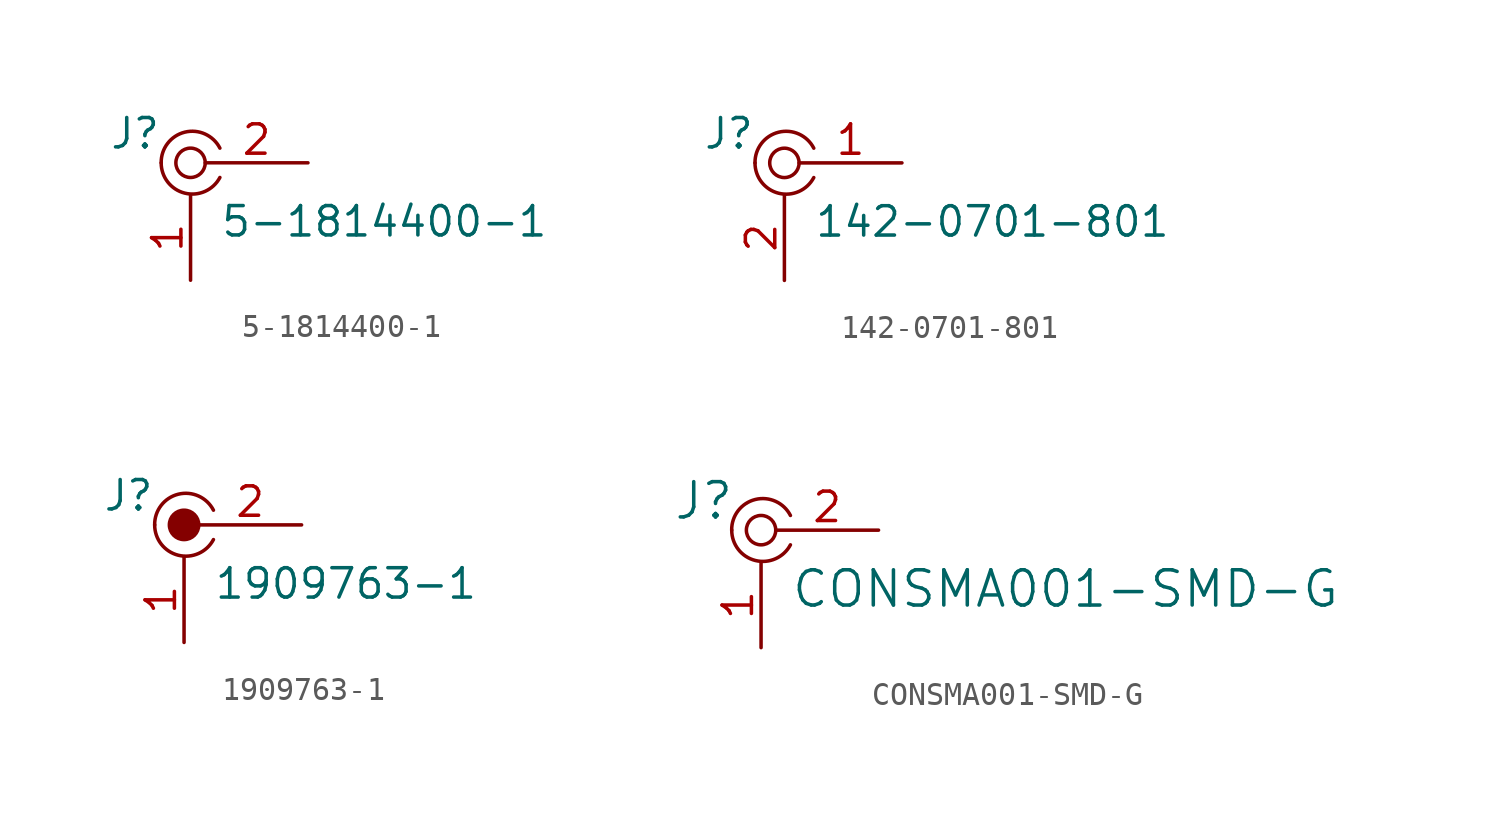
<source format=kicad_sym>
(kicad_symbol_lib
  (version 20211014)
  (generator kicad_symbol_editor)
  (symbol "5-1814400-1"
    (pin_names
      (offset 1.016))
    (property "Reference" "J"
      (at -1.27 1.27 0)
      (effects (font (size 1.27 1.27)) (justify right)))
    (property "Value" "5-1814400-1"
      (at 1.27 -2.54 0)
      (effects (font (size 1.27 1.27)) (justify left)))
    (symbol "5-1814400-1_1_1"
      (arc (start -1.27 0) (mid -0.2651 -1.3081) (end 1.27 -0.635) (stroke (width 0) (type default) (color 0 0 0 0)) (fill (type none)))
      (circle (center 0 0) (radius 0.635) (stroke (width 0) (type default) (color 0 0 0 0)) (fill (type none)))
      (arc (start 1.27 0.635) (mid -0.2496 1.3256) (end -1.27 0) (stroke (width 0) (type default) (color 0 0 0 0)) (fill (type none)))
      (pin passive line (at 0 -5.08 90) (length 3.683) (name "~" (effects (font (size 1.27 1.27)))) (number "1" (effects (font (size 1.27 1.27)))))
      (pin passive line (at 5.08 0 180) (length 4.445) (name "~" (effects (font (size 1.27 1.27)))) (number "2" (effects (font (size 1.27 1.27)))))))
  (symbol "142-0701-801"
    (pin_names
      (offset 1.016))
    (property "Reference" "J"
      (at -1.27 1.27 0)
      (effects (font (size 1.27 1.27)) (justify right)))
    (property "Value" "142-0701-801"
      (at 1.27 -2.54 0)
      (effects (font (size 1.27 1.27)) (justify left)))
    (symbol "142-0701-801_1_1"
      (arc (start -1.27 0) (mid -0.2651 -1.3081) (end 1.27 -0.635) (stroke (width 0) (type default) (color 0 0 0 0)) (fill (type none)))
      (circle (center 0 0) (radius 0.635) (stroke (width 0) (type default) (color 0 0 0 0)) (fill (type none)))
      (arc (start 1.27 0.635) (mid -0.2496 1.3256) (end -1.27 0) (stroke (width 0) (type default) (color 0 0 0 0)) (fill (type none)))
      (pin passive line (at 5.08 0 180) (length 4.445) (name "~" (effects (font (size 1.27 1.27)))) (number "1" (effects (font (size 1.27 1.27)))))
      (pin passive line (at 0 -5.08 90) (length 3.683) (name "~" (effects (font (size 1.27 1.27)))) (number "2" (effects (font (size 1.27 1.27)))))))
  (symbol "1909763-1"
    (pin_names
      (offset 1.016))
    (property "Reference" "J"
      (at -1.27 1.27 0)
      (effects (font (size 1.27 1.27)) (justify right)))
    (property "Value" "1909763-1"
      (at 1.27 -2.54 0)
      (effects (font (size 1.27 1.27)) (justify left)))
    (symbol "1909763-1_1_1"
      (arc (start -1.27 0) (mid -0.2651 -1.3081) (end 1.27 -0.635) (stroke (width 0) (type default) (color 0 0 0 0)) (fill (type none)))
      (circle (center 0 0) (radius 0.635) (stroke (width 0) (type default) (color 0 0 0 0)) (fill (type outline)))
      (arc (start 1.27 0.635) (mid -0.2496 1.3256) (end -1.27 0) (stroke (width 0) (type default) (color 0 0 0 0)) (fill (type none)))
      (pin passive line (at 0 -5.08 90) (length 3.683) (name "~" (effects (font (size 1.27 1.27)))) (number "1" (effects (font (size 1.27 1.27)))))
      (pin passive line (at 5.08 0 180) (length 4.445) (name "~" (effects (font (size 1.27 1.27)))) (number "2" (effects (font (size 1.27 1.27)))))))
  (symbol "CONSMA001-SMD-G"
    (pin_names
      (offset 1.016))
    (property "Reference" "J"
      (at -3.81 1.27 0)
      (effects (font (size 1.524 1.524)) (justify left)))
    (property "Value" "CONSMA001-SMD-G"
      (at 1.27 -2.54 0)
      (effects (font (size 1.524 1.524)) (justify left)))
    (symbol "CONSMA001-SMD-G_0_1"
      (arc (start -1.27 0) (mid -0.2651 -1.3081) (end 1.27 -0.635) (stroke (width 0) (type default) (color 0 0 0 0)) (fill (type none)))
      (circle (center 0 0) (radius 0.635) (stroke (width 0) (type default) (color 0 0 0 0)) (fill (type none)))
      (arc (start 1.27 0.635) (mid -0.2496 1.3256) (end -1.27 0) (stroke (width 0) (type default) (color 0 0 0 0)) (fill (type none))))
    (symbol "CONSMA001-SMD-G_1_1"
      (pin passive line (at 0 -5.08 90) (length 3.683) (name "~" (effects (font (size 1.27 1.27)))) (number "1" (effects (font (size 1.27 1.27)))))
      (pin passive line (at 5.08 0 180) (length 4.445) (name "~" (effects (font (size 1.27 1.27)))) (number "2" (effects (font (size 1.27 1.27))))))))
</source>
